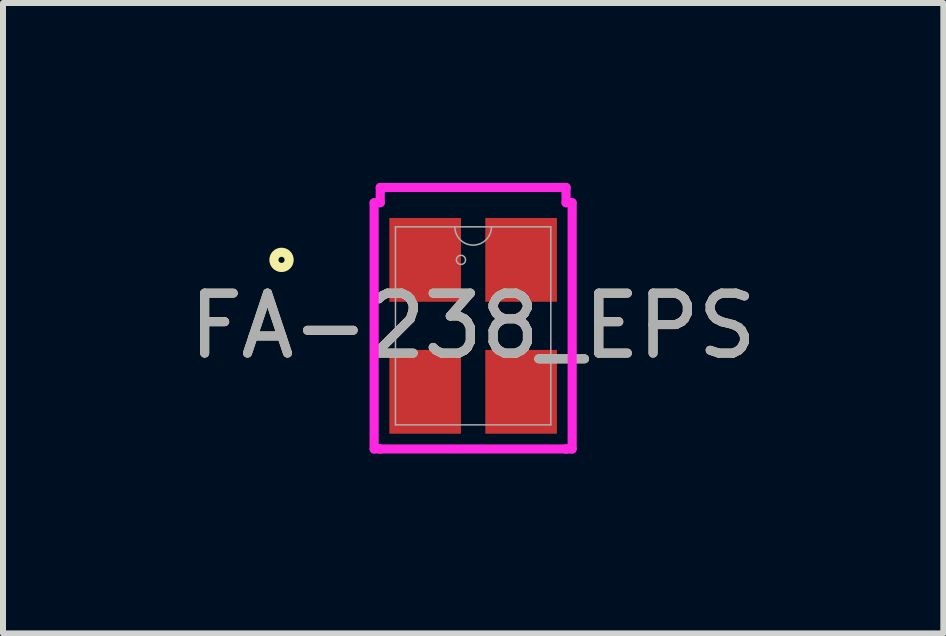
<source format=kicad_pcb>
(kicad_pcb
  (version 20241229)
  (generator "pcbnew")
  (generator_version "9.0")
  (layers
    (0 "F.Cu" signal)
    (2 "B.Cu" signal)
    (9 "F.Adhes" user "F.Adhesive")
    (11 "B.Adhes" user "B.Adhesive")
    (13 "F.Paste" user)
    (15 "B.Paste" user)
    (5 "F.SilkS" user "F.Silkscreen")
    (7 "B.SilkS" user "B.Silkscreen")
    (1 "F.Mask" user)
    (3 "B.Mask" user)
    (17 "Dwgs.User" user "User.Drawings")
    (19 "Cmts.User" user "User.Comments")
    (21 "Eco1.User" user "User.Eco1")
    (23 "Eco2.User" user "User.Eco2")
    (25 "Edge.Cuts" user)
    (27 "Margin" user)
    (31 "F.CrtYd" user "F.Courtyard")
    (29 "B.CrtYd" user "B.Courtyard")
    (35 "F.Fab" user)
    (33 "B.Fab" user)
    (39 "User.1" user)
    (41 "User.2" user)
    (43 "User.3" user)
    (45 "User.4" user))
  (footprint "FA-238_EPS"
    (layer "F.Cu")
    (at 4.839 2.383)
    (property "Reference" "FA-238_EPS" (at 0 0 0) (unlocked yes) (layer "F.SilkS") (effects (font (size 1 1) (thickness 0.15))))
    (attr smd)
    (fp_circle (center -3.195 -1.1) (end -3.068 -1.1) (stroke (width 0.152) (type solid)) (fill no) (layer "F.SilkS"))
    (fp_line (start -1.651 -2.053) (end -1.549 -2.053) (stroke (width 0.152) (type solid)) (layer "F.CrtYd"))
    (fp_line (start -1.651 2.053) (end -1.651 -2.053) (stroke (width 0.152) (type solid)) (layer "F.CrtYd"))
    (fp_line (start -1.651 2.053) (end -1.549 2.053) (stroke (width 0.152) (type solid)) (layer "F.CrtYd"))
    (fp_line (start -1.549 -2.307) (end 1.549 -2.307) (stroke (width 0.152) (type solid)) (layer "F.CrtYd"))
    (fp_line (start -1.549 -2.053) (end -1.549 -2.307) (stroke (width 0.152) (type solid)) (layer "F.CrtYd"))
    (fp_line (start -1.549 2.053) (end -1.549 2.053) (stroke (width 0.152) (type solid)) (layer "F.CrtYd"))
    (fp_line (start 1.549 -2.307) (end 1.549 -2.053) (stroke (width 0.152) (type solid)) (layer "F.CrtYd"))
    (fp_line (start 1.549 2.053) (end -1.549 2.053) (stroke (width 0.152) (type solid)) (layer "F.CrtYd"))
    (fp_line (start 1.549 2.053) (end 1.549 2.053) (stroke (width 0.152) (type solid)) (layer "F.CrtYd"))
    (fp_line (start 1.651 -2.053) (end 1.549 -2.053) (stroke (width 0.152) (type solid)) (layer "F.CrtYd"))
    (fp_line (start 1.651 -2.053) (end 1.651 2.053) (stroke (width 0.152) (type solid)) (layer "F.CrtYd"))
    (fp_line (start 1.651 2.053) (end 1.549 2.053) (stroke (width 0.152) (type solid)) (layer "F.CrtYd"))
    (fp_line (start -1.295 -1.651) (end -1.295 1.651) (stroke (width 0.025) (type solid)) (layer "F.Fab"))
    (fp_line (start -1.295 1.651) (end 1.295 1.651) (stroke (width 0.025) (type solid)) (layer "F.Fab"))
    (fp_line (start 1.295 -1.651) (end -1.295 -1.651) (stroke (width 0.025) (type solid)) (layer "F.Fab"))
    (fp_line (start 1.295 1.651) (end 1.295 -1.651) (stroke (width 0.025) (type solid)) (layer "F.Fab"))
    (fp_arc (start 0.3048 -1.651) (mid 0 -1.3462) (end -0.3048 -1.651) (stroke (width 0.0254) (type solid)) (layer "F.Fab"))
    (fp_circle (center -0.203 -1.1) (end -0.127 -1.1) (stroke (width 0.025) (type solid)) (fill no) (layer "F.Fab"))
    (fp_text user "${REFERENCE}" (at 0 0 0) (unlocked yes) (layer "F.Fab") (effects (font (size 1 1) (thickness 0.15))))
    (pad "1" smd rect (at -0.8 -1.1) (size 1.194 1.397) (layers "F.Cu" "F.Mask" "F.Paste"))
    (pad "2" smd rect (at -0.8 1.1) (size 1.194 1.397) (layers "F.Cu" "F.Mask" "F.Paste"))
    (pad "3" smd rect (at 0.8 1.1) (size 1.194 1.397) (layers "F.Cu" "F.Mask" "F.Paste"))
    (pad "4" smd rect (at 0.8 -1.1) (size 1.194 1.397) (layers "F.Cu" "F.Mask" "F.Paste")))
  (gr_rect
    (start -3 -3)
    (end 12.679 7.511)
    (stroke (width 0.1) (type default))
    (fill no)
    (layer "Edge.Cuts")))
</source>
